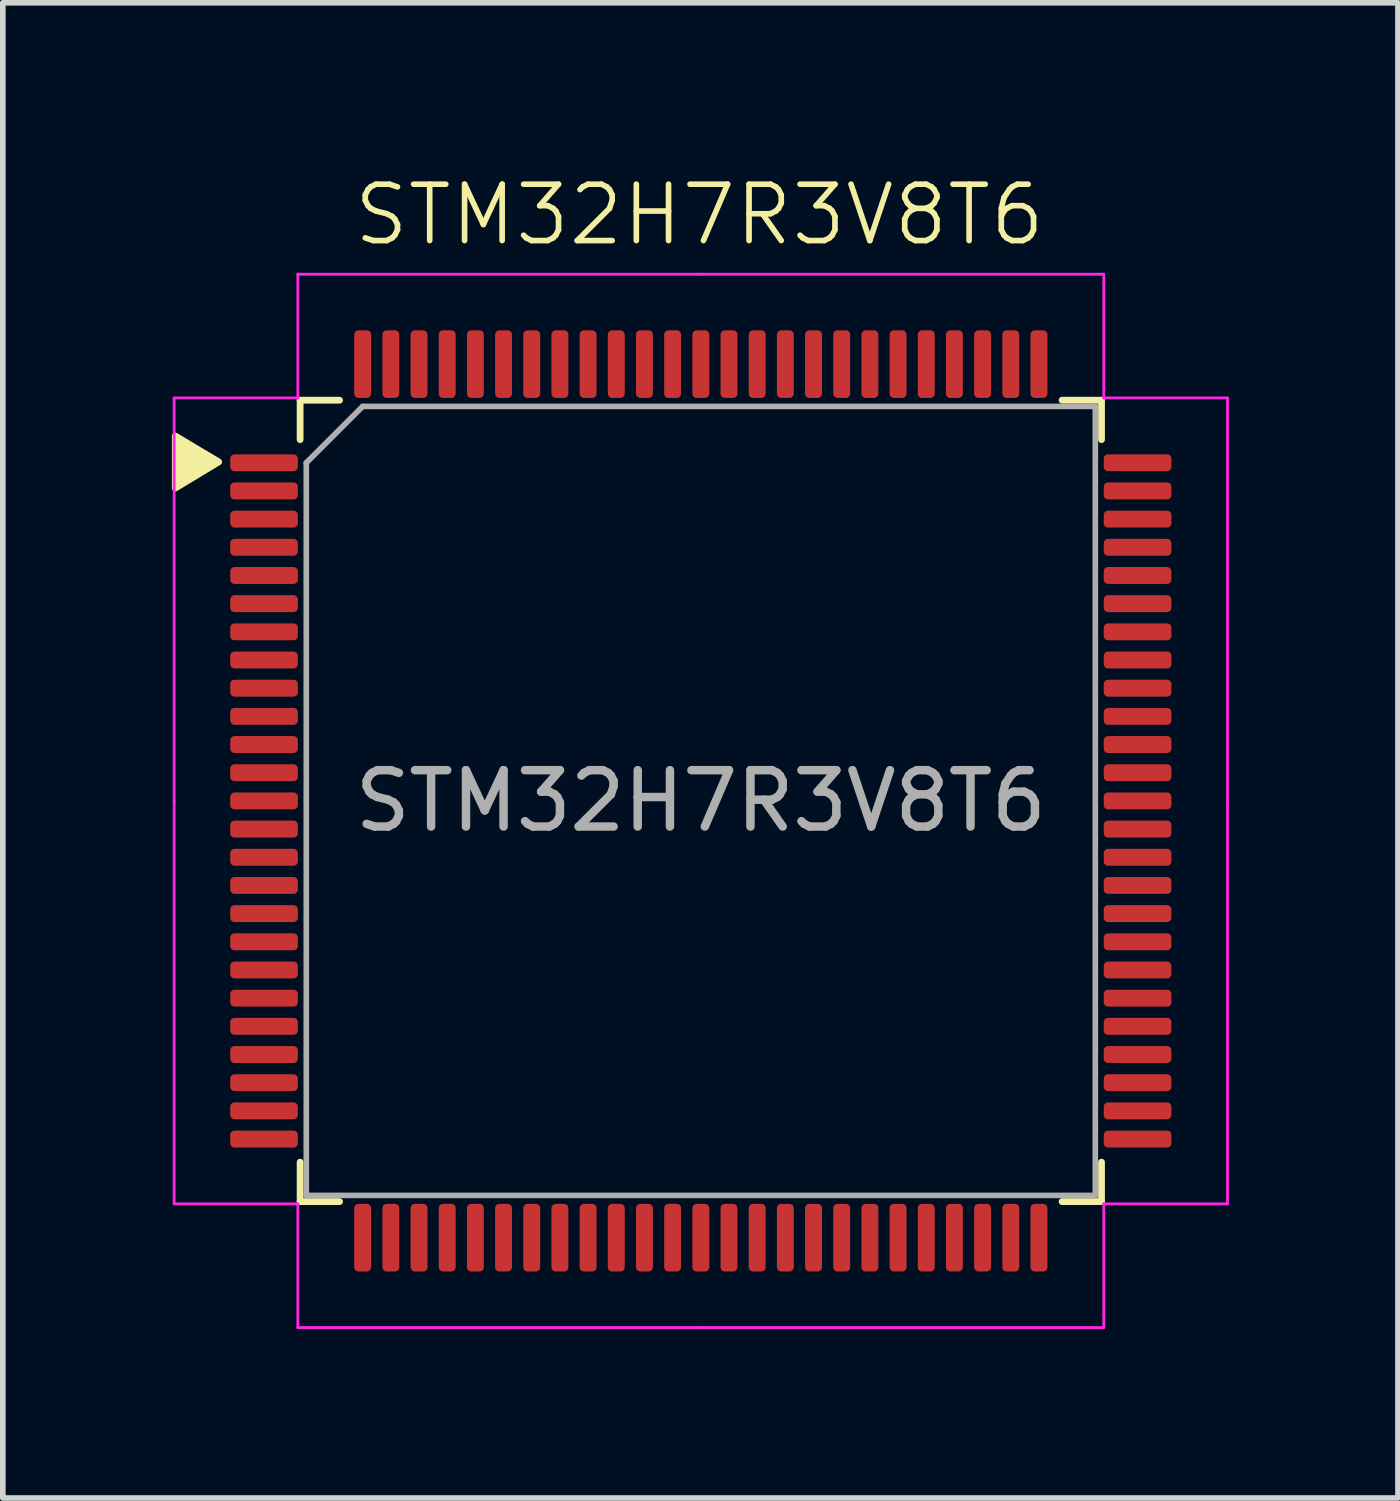
<source format=kicad_pcb>
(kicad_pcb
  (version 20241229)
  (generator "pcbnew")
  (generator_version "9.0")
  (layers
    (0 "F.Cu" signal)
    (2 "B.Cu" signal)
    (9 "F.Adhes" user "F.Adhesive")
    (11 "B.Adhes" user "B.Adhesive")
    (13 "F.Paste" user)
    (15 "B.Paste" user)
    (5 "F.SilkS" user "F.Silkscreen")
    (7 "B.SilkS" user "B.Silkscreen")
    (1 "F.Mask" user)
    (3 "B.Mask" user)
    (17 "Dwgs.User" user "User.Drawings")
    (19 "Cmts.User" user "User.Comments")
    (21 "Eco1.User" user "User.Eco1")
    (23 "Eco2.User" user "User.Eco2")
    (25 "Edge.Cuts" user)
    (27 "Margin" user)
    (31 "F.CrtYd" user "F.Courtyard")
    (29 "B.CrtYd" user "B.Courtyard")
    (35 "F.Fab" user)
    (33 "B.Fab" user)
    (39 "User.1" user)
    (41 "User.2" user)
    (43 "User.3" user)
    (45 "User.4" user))
  (footprint "STM32H7R3V8T6"
    (layer "F.Cu")
    (at 9.385 11.161)
    (property "Reference" "STM32H7R3V8T6" (at -0.025 -10.4 0) (unlocked yes) (layer "F.SilkS") (effects (font (size 1 1) (thickness 0.1))))
    (attr smd)
    (fp_line (start -7.11 -7.11) (end -7.11 -6.41) (stroke (width 0.12) (type solid)) (layer "F.SilkS"))
    (fp_line (start -7.11 7.11) (end -7.11 6.41) (stroke (width 0.12) (type solid)) (layer "F.SilkS"))
    (fp_line (start -6.41 -7.11) (end -7.11 -7.11) (stroke (width 0.12) (type solid)) (layer "F.SilkS"))
    (fp_line (start -6.41 7.11) (end -7.11 7.11) (stroke (width 0.12) (type solid)) (layer "F.SilkS"))
    (fp_line (start 6.41 -7.11) (end 7.11 -7.11) (stroke (width 0.12) (type solid)) (layer "F.SilkS"))
    (fp_line (start 6.41 7.11) (end 7.11 7.11) (stroke (width 0.12) (type solid)) (layer "F.SilkS"))
    (fp_line (start 7.11 -7.11) (end 7.11 -6.41) (stroke (width 0.12) (type solid)) (layer "F.SilkS"))
    (fp_line (start 7.11 7.11) (end 7.11 6.41) (stroke (width 0.12) (type solid)) (layer "F.SilkS"))
    (fp_poly (pts (xy -8.555 -6.015) (xy -9.325 -5.55) (xy -9.325 -6.475) (xy -8.555 -6.015)) (stroke (width 0.12) (type solid)) (fill yes) (layer "F.SilkS"))
    (fp_line (start -9.345 -7.15) (end -9.345 0) (stroke (width 0.05) (type solid)) (layer "F.CrtYd"))
    (fp_line (start -9.345 7.15) (end -9.345 0) (stroke (width 0.05) (type solid)) (layer "F.CrtYd"))
    (fp_line (start -7.15 -9.35) (end -7.15 -7.15) (stroke (width 0.05) (type solid)) (layer "F.CrtYd"))
    (fp_line (start -7.15 -7.15) (end -9.345 -7.15) (stroke (width 0.05) (type solid)) (layer "F.CrtYd"))
    (fp_line (start -7.15 7.15) (end -9.345 7.15) (stroke (width 0.05) (type solid)) (layer "F.CrtYd"))
    (fp_line (start -7.15 9.345) (end -7.15 7.15) (stroke (width 0.05) (type solid)) (layer "F.CrtYd"))
    (fp_line (start 0 -9.345) (end -7.15 -9.345) (stroke (width 0.05) (type solid)) (layer "F.CrtYd"))
    (fp_line (start 0 -9.345) (end 7.15 -9.345) (stroke (width 0.05) (type solid)) (layer "F.CrtYd"))
    (fp_line (start 0 9.345) (end -7.15 9.345) (stroke (width 0.05) (type solid)) (layer "F.CrtYd"))
    (fp_line (start 0 9.345) (end 7.15 9.345) (stroke (width 0.05) (type solid)) (layer "F.CrtYd"))
    (fp_line (start 7.15 -9.345) (end 7.15 -7.15) (stroke (width 0.05) (type solid)) (layer "F.CrtYd"))
    (fp_line (start 7.15 -7.15) (end 9.345 -7.15) (stroke (width 0.05) (type solid)) (layer "F.CrtYd"))
    (fp_line (start 7.15 7.15) (end 9.345 7.15) (stroke (width 0.05) (type solid)) (layer "F.CrtYd"))
    (fp_line (start 7.15 9.345) (end 7.15 7.15) (stroke (width 0.05) (type solid)) (layer "F.CrtYd"))
    (fp_line (start 9.345 -7.15) (end 9.345 0) (stroke (width 0.05) (type solid)) (layer "F.CrtYd"))
    (fp_line (start 9.345 7.15) (end 9.345 0) (stroke (width 0.05) (type solid)) (layer "F.CrtYd"))
    (fp_line (start -7 -6) (end -6 -7) (stroke (width 0.1) (type solid)) (layer "F.Fab"))
    (fp_line (start -7 7) (end -7 -6) (stroke (width 0.1) (type solid)) (layer "F.Fab"))
    (fp_line (start -6 -7) (end 7 -7) (stroke (width 0.1) (type solid)) (layer "F.Fab"))
    (fp_line (start 7 -7) (end 7 7) (stroke (width 0.1) (type solid)) (layer "F.Fab"))
    (fp_line (start 7 7) (end -7 7) (stroke (width 0.1) (type solid)) (layer "F.Fab"))
    (fp_text user "${REFERENCE}" (at 0 0 0) (unlocked yes) (layer "F.Fab") (effects (font (size 1 1) (thickness 0.15))))
    (pad "1" smd roundrect (at -7.75 -6) (size 1.2 0.3) (layers "F.Cu" "F.Mask" "F.Paste") (roundrect_rratio 0.25))
    (pad "2" smd roundrect (at -7.75 -5.5) (size 1.2 0.3) (layers "F.Cu" "F.Mask" "F.Paste") (roundrect_rratio 0.25))
    (pad "3" smd roundrect (at -7.75 -5) (size 1.2 0.3) (layers "F.Cu" "F.Mask" "F.Paste") (roundrect_rratio 0.25))
    (pad "4" smd roundrect (at -7.75 -4.5) (size 1.2 0.3) (layers "F.Cu" "F.Mask" "F.Paste") (roundrect_rratio 0.25))
    (pad "5" smd roundrect (at -7.75 -4) (size 1.2 0.3) (layers "F.Cu" "F.Mask" "F.Paste") (roundrect_rratio 0.25))
    (pad "6" smd roundrect (at -7.75 -3.5) (size 1.2 0.3) (layers "F.Cu" "F.Mask" "F.Paste") (roundrect_rratio 0.25))
    (pad "7" smd roundrect (at -7.75 -3) (size 1.2 0.3) (layers "F.Cu" "F.Mask" "F.Paste") (roundrect_rratio 0.25))
    (pad "8" smd roundrect (at -7.75 -2.5) (size 1.2 0.3) (layers "F.Cu" "F.Mask" "F.Paste") (roundrect_rratio 0.25))
    (pad "9" smd roundrect (at -7.75 -2) (size 1.2 0.3) (layers "F.Cu" "F.Mask" "F.Paste") (roundrect_rratio 0.25))
    (pad "10" smd roundrect (at -7.75 -1.5) (size 1.2 0.3) (layers "F.Cu" "F.Mask" "F.Paste") (roundrect_rratio 0.25))
    (pad "11" smd roundrect (at -7.75 -1) (size 1.2 0.3) (layers "F.Cu" "F.Mask" "F.Paste") (roundrect_rratio 0.25))
    (pad "12" smd roundrect (at -7.75 -0.5) (size 1.2 0.3) (layers "F.Cu" "F.Mask" "F.Paste") (roundrect_rratio 0.25))
    (pad "13" smd roundrect (at -7.75 0) (size 1.2 0.3) (layers "F.Cu" "F.Mask" "F.Paste") (roundrect_rratio 0.25))
    (pad "14" smd roundrect (at -7.75 0.5) (size 1.2 0.3) (layers "F.Cu" "F.Mask" "F.Paste") (roundrect_rratio 0.25))
    (pad "15" smd roundrect (at -7.75 1) (size 1.2 0.3) (layers "F.Cu" "F.Mask" "F.Paste") (roundrect_rratio 0.25))
    (pad "16" smd roundrect (at -7.75 1.5) (size 1.2 0.3) (layers "F.Cu" "F.Mask" "F.Paste") (roundrect_rratio 0.25))
    (pad "17" smd roundrect (at -7.75 2) (size 1.2 0.3) (layers "F.Cu" "F.Mask" "F.Paste") (roundrect_rratio 0.25))
    (pad "18" smd roundrect (at -7.75 2.5) (size 1.2 0.3) (layers "F.Cu" "F.Mask" "F.Paste") (roundrect_rratio 0.25))
    (pad "19" smd roundrect (at -7.75 3) (size 1.2 0.3) (layers "F.Cu" "F.Mask" "F.Paste") (roundrect_rratio 0.25))
    (pad "20" smd roundrect (at -7.75 3.5) (size 1.2 0.3) (layers "F.Cu" "F.Mask" "F.Paste") (roundrect_rratio 0.25))
    (pad "21" smd roundrect (at -7.75 4) (size 1.2 0.3) (layers "F.Cu" "F.Mask" "F.Paste") (roundrect_rratio 0.25))
    (pad "22" smd roundrect (at -7.75 4.5) (size 1.2 0.3) (layers "F.Cu" "F.Mask" "F.Paste") (roundrect_rratio 0.25))
    (pad "23" smd roundrect (at -7.75 5) (size 1.2 0.3) (layers "F.Cu" "F.Mask" "F.Paste") (roundrect_rratio 0.25))
    (pad "24" smd roundrect (at -7.75 5.5) (size 1.2 0.3) (layers "F.Cu" "F.Mask" "F.Paste") (roundrect_rratio 0.25))
    (pad "25" smd roundrect (at -7.75 6) (size 1.2 0.3) (layers "F.Cu" "F.Mask" "F.Paste") (roundrect_rratio 0.25))
    (pad "26" smd roundrect (at -6 7.75) (size 0.3 1.2) (layers "F.Cu" "F.Mask" "F.Paste") (roundrect_rratio 0.25))
    (pad "27" smd roundrect (at -5.5 7.75) (size 0.3 1.2) (layers "F.Cu" "F.Mask" "F.Paste") (roundrect_rratio 0.25))
    (pad "28" smd roundrect (at -5 7.75) (size 0.3 1.2) (layers "F.Cu" "F.Mask" "F.Paste") (roundrect_rratio 0.25))
    (pad "29" smd roundrect (at -4.5 7.75) (size 0.3 1.2) (layers "F.Cu" "F.Mask" "F.Paste") (roundrect_rratio 0.25))
    (pad "30" smd roundrect (at -4 7.75) (size 0.3 1.2) (layers "F.Cu" "F.Mask" "F.Paste") (roundrect_rratio 0.25))
    (pad "31" smd roundrect (at -3.5 7.75) (size 0.3 1.2) (layers "F.Cu" "F.Mask" "F.Paste") (roundrect_rratio 0.25))
    (pad "32" smd roundrect (at -3 7.75) (size 0.3 1.2) (layers "F.Cu" "F.Mask" "F.Paste") (roundrect_rratio 0.25))
    (pad "33" smd roundrect (at -2.5 7.75) (size 0.3 1.2) (layers "F.Cu" "F.Mask" "F.Paste") (roundrect_rratio 0.25))
    (pad "34" smd roundrect (at -2 7.75) (size 0.3 1.2) (layers "F.Cu" "F.Mask" "F.Paste") (roundrect_rratio 0.25))
    (pad "35" smd roundrect (at -1.5 7.75) (size 0.3 1.2) (layers "F.Cu" "F.Mask" "F.Paste") (roundrect_rratio 0.25))
    (pad "36" smd roundrect (at -1 7.75) (size 0.3 1.2) (layers "F.Cu" "F.Mask" "F.Paste") (roundrect_rratio 0.25))
    (pad "37" smd roundrect (at -0.5 7.75) (size 0.3 1.2) (layers "F.Cu" "F.Mask" "F.Paste") (roundrect_rratio 0.25))
    (pad "38" smd roundrect (at 0 7.75) (size 0.3 1.2) (layers "F.Cu" "F.Mask" "F.Paste") (roundrect_rratio 0.25))
    (pad "39" smd roundrect (at 0.5 7.75) (size 0.3 1.2) (layers "F.Cu" "F.Mask" "F.Paste") (roundrect_rratio 0.25))
    (pad "40" smd roundrect (at 1 7.75) (size 0.3 1.2) (layers "F.Cu" "F.Mask" "F.Paste") (roundrect_rratio 0.25))
    (pad "41" smd roundrect (at 1.5 7.75) (size 0.3 1.2) (layers "F.Cu" "F.Mask" "F.Paste") (roundrect_rratio 0.25))
    (pad "42" smd roundrect (at 2 7.75) (size 0.3 1.2) (layers "F.Cu" "F.Mask" "F.Paste") (roundrect_rratio 0.25))
    (pad "43" smd roundrect (at 2.5 7.75) (size 0.3 1.2) (layers "F.Cu" "F.Mask" "F.Paste") (roundrect_rratio 0.25))
    (pad "44" smd roundrect (at 3 7.75) (size 0.3 1.2) (layers "F.Cu" "F.Mask" "F.Paste") (roundrect_rratio 0.25))
    (pad "45" smd roundrect (at 3.5 7.75) (size 0.3 1.2) (layers "F.Cu" "F.Mask" "F.Paste") (roundrect_rratio 0.25))
    (pad "46" smd roundrect (at 4 7.75) (size 0.3 1.2) (layers "F.Cu" "F.Mask" "F.Paste") (roundrect_rratio 0.25))
    (pad "47" smd roundrect (at 4.5 7.75) (size 0.3 1.2) (layers "F.Cu" "F.Mask" "F.Paste") (roundrect_rratio 0.25))
    (pad "48" smd roundrect (at 5 7.75) (size 0.3 1.2) (layers "F.Cu" "F.Mask" "F.Paste") (roundrect_rratio 0.25))
    (pad "49" smd roundrect (at 5.5 7.75) (size 0.3 1.2) (layers "F.Cu" "F.Mask" "F.Paste") (roundrect_rratio 0.25))
    (pad "50" smd roundrect (at 6 7.75) (size 0.3 1.2) (layers "F.Cu" "F.Mask" "F.Paste") (roundrect_rratio 0.25))
    (pad "51" smd roundrect (at 7.75 6) (size 1.2 0.3) (layers "F.Cu" "F.Mask" "F.Paste") (roundrect_rratio 0.25))
    (pad "52" smd roundrect (at 7.75 5.5) (size 1.2 0.3) (layers "F.Cu" "F.Mask" "F.Paste") (roundrect_rratio 0.25))
    (pad "53" smd roundrect (at 7.75 5) (size 1.2 0.3) (layers "F.Cu" "F.Mask" "F.Paste") (roundrect_rratio 0.25))
    (pad "54" smd roundrect (at 7.75 4.5) (size 1.2 0.3) (layers "F.Cu" "F.Mask" "F.Paste") (roundrect_rratio 0.25))
    (pad "55" smd roundrect (at 7.75 4) (size 1.2 0.3) (layers "F.Cu" "F.Mask" "F.Paste") (roundrect_rratio 0.25))
    (pad "56" smd roundrect (at 7.75 3.5) (size 1.2 0.3) (layers "F.Cu" "F.Mask" "F.Paste") (roundrect_rratio 0.25))
    (pad "57" smd roundrect (at 7.75 3) (size 1.2 0.3) (layers "F.Cu" "F.Mask" "F.Paste") (roundrect_rratio 0.25))
    (pad "58" smd roundrect (at 7.75 2.5) (size 1.2 0.3) (layers "F.Cu" "F.Mask" "F.Paste") (roundrect_rratio 0.25))
    (pad "59" smd roundrect (at 7.75 2) (size 1.2 0.3) (layers "F.Cu" "F.Mask" "F.Paste") (roundrect_rratio 0.25))
    (pad "60" smd roundrect (at 7.75 1.5) (size 1.2 0.3) (layers "F.Cu" "F.Mask" "F.Paste") (roundrect_rratio 0.25))
    (pad "61" smd roundrect (at 7.75 1) (size 1.2 0.3) (layers "F.Cu" "F.Mask" "F.Paste") (roundrect_rratio 0.25))
    (pad "62" smd roundrect (at 7.75 0.5) (size 1.2 0.3) (layers "F.Cu" "F.Mask" "F.Paste") (roundrect_rratio 0.25))
    (pad "63" smd roundrect (at 7.75 0) (size 1.2 0.3) (layers "F.Cu" "F.Mask" "F.Paste") (roundrect_rratio 0.25))
    (pad "64" smd roundrect (at 7.75 -0.5) (size 1.2 0.3) (layers "F.Cu" "F.Mask" "F.Paste") (roundrect_rratio 0.25))
    (pad "65" smd roundrect (at 7.75 -1) (size 1.2 0.3) (layers "F.Cu" "F.Mask" "F.Paste") (roundrect_rratio 0.25))
    (pad "66" smd roundrect (at 7.75 -1.5) (size 1.2 0.3) (layers "F.Cu" "F.Mask" "F.Paste") (roundrect_rratio 0.25))
    (pad "67" smd roundrect (at 7.75 -2) (size 1.2 0.3) (layers "F.Cu" "F.Mask" "F.Paste") (roundrect_rratio 0.25))
    (pad "68" smd roundrect (at 7.75 -2.5) (size 1.2 0.3) (layers "F.Cu" "F.Mask" "F.Paste") (roundrect_rratio 0.25))
    (pad "69" smd roundrect (at 7.75 -3) (size 1.2 0.3) (layers "F.Cu" "F.Mask" "F.Paste") (roundrect_rratio 0.25))
    (pad "70" smd roundrect (at 7.75 -3.5) (size 1.2 0.3) (layers "F.Cu" "F.Mask" "F.Paste") (roundrect_rratio 0.25))
    (pad "71" smd roundrect (at 7.75 -4) (size 1.2 0.3) (layers "F.Cu" "F.Mask" "F.Paste") (roundrect_rratio 0.25))
    (pad "72" smd roundrect (at 7.75 -4.5) (size 1.2 0.3) (layers "F.Cu" "F.Mask" "F.Paste") (roundrect_rratio 0.25))
    (pad "73" smd roundrect (at 7.75 -5) (size 1.2 0.3) (layers "F.Cu" "F.Mask" "F.Paste") (roundrect_rratio 0.25))
    (pad "74" smd roundrect (at 7.75 -5.5) (size 1.2 0.3) (layers "F.Cu" "F.Mask" "F.Paste") (roundrect_rratio 0.25))
    (pad "75" smd roundrect (at 7.75 -6) (size 1.2 0.3) (layers "F.Cu" "F.Mask" "F.Paste") (roundrect_rratio 0.25))
    (pad "76" smd roundrect (at 6 -7.75) (size 0.3 1.2) (layers "F.Cu" "F.Mask" "F.Paste") (roundrect_rratio 0.25))
    (pad "77" smd roundrect (at 5.5 -7.75) (size 0.3 1.2) (layers "F.Cu" "F.Mask" "F.Paste") (roundrect_rratio 0.25))
    (pad "78" smd roundrect (at 5 -7.75) (size 0.3 1.2) (layers "F.Cu" "F.Mask" "F.Paste") (roundrect_rratio 0.25))
    (pad "79" smd roundrect (at 4.5 -7.75) (size 0.3 1.2) (layers "F.Cu" "F.Mask" "F.Paste") (roundrect_rratio 0.25))
    (pad "80" smd roundrect (at 4 -7.75) (size 0.3 1.2) (layers "F.Cu" "F.Mask" "F.Paste") (roundrect_rratio 0.25))
    (pad "81" smd roundrect (at 3.5 -7.75) (size 0.3 1.2) (layers "F.Cu" "F.Mask" "F.Paste") (roundrect_rratio 0.25))
    (pad "82" smd roundrect (at 3 -7.75) (size 0.3 1.2) (layers "F.Cu" "F.Mask" "F.Paste") (roundrect_rratio 0.25))
    (pad "83" smd roundrect (at 2.5 -7.75) (size 0.3 1.2) (layers "F.Cu" "F.Mask" "F.Paste") (roundrect_rratio 0.25))
    (pad "84" smd roundrect (at 2 -7.75) (size 0.3 1.2) (layers "F.Cu" "F.Mask" "F.Paste") (roundrect_rratio 0.25))
    (pad "85" smd roundrect (at 1.5 -7.75) (size 0.3 1.2) (layers "F.Cu" "F.Mask" "F.Paste") (roundrect_rratio 0.25))
    (pad "86" smd roundrect (at 1 -7.75) (size 0.3 1.2) (layers "F.Cu" "F.Mask" "F.Paste") (roundrect_rratio 0.25))
    (pad "87" smd roundrect (at 0.5 -7.75) (size 0.3 1.2) (layers "F.Cu" "F.Mask" "F.Paste") (roundrect_rratio 0.25))
    (pad "88" smd roundrect (at 0 -7.75) (size 0.3 1.2) (layers "F.Cu" "F.Mask" "F.Paste") (roundrect_rratio 0.25))
    (pad "89" smd roundrect (at -0.5 -7.75) (size 0.3 1.2) (layers "F.Cu" "F.Mask" "F.Paste") (roundrect_rratio 0.25))
    (pad "90" smd roundrect (at -1 -7.75) (size 0.3 1.2) (layers "F.Cu" "F.Mask" "F.Paste") (roundrect_rratio 0.25))
    (pad "91" smd roundrect (at -1.5 -7.75) (size 0.3 1.2) (layers "F.Cu" "F.Mask" "F.Paste") (roundrect_rratio 0.25))
    (pad "92" smd roundrect (at -2 -7.75) (size 0.3 1.2) (layers "F.Cu" "F.Mask" "F.Paste") (roundrect_rratio 0.25))
    (pad "93" smd roundrect (at -2.5 -7.75) (size 0.3 1.2) (layers "F.Cu" "F.Mask" "F.Paste") (roundrect_rratio 0.25))
    (pad "94" smd roundrect (at -3 -7.75) (size 0.3 1.2) (layers "F.Cu" "F.Mask" "F.Paste") (roundrect_rratio 0.25))
    (pad "95" smd roundrect (at -3.5 -7.75) (size 0.3 1.2) (layers "F.Cu" "F.Mask" "F.Paste") (roundrect_rratio 0.25))
    (pad "96" smd roundrect (at -4 -7.75) (size 0.3 1.2) (layers "F.Cu" "F.Mask" "F.Paste") (roundrect_rratio 0.25))
    (pad "97" smd roundrect (at -4.5 -7.75) (size 0.3 1.2) (layers "F.Cu" "F.Mask" "F.Paste") (roundrect_rratio 0.25))
    (pad "98" smd roundrect (at -5 -7.75) (size 0.3 1.2) (layers "F.Cu" "F.Mask" "F.Paste") (roundrect_rratio 0.25))
    (pad "99" smd roundrect (at -5.5 -7.75) (size 0.3 1.2) (layers "F.Cu" "F.Mask" "F.Paste") (roundrect_rratio 0.25))
    (pad "100" smd roundrect (at -6 -7.75) (size 0.3 1.2) (layers "F.Cu" "F.Mask" "F.Paste") (roundrect_rratio 0.25)))
  (gr_rect
    (start -3 -3)
    (end 21.755 23.53)
    (stroke (width 0.1) (type default))
    (fill no)
    (layer "Edge.Cuts")))
</source>
